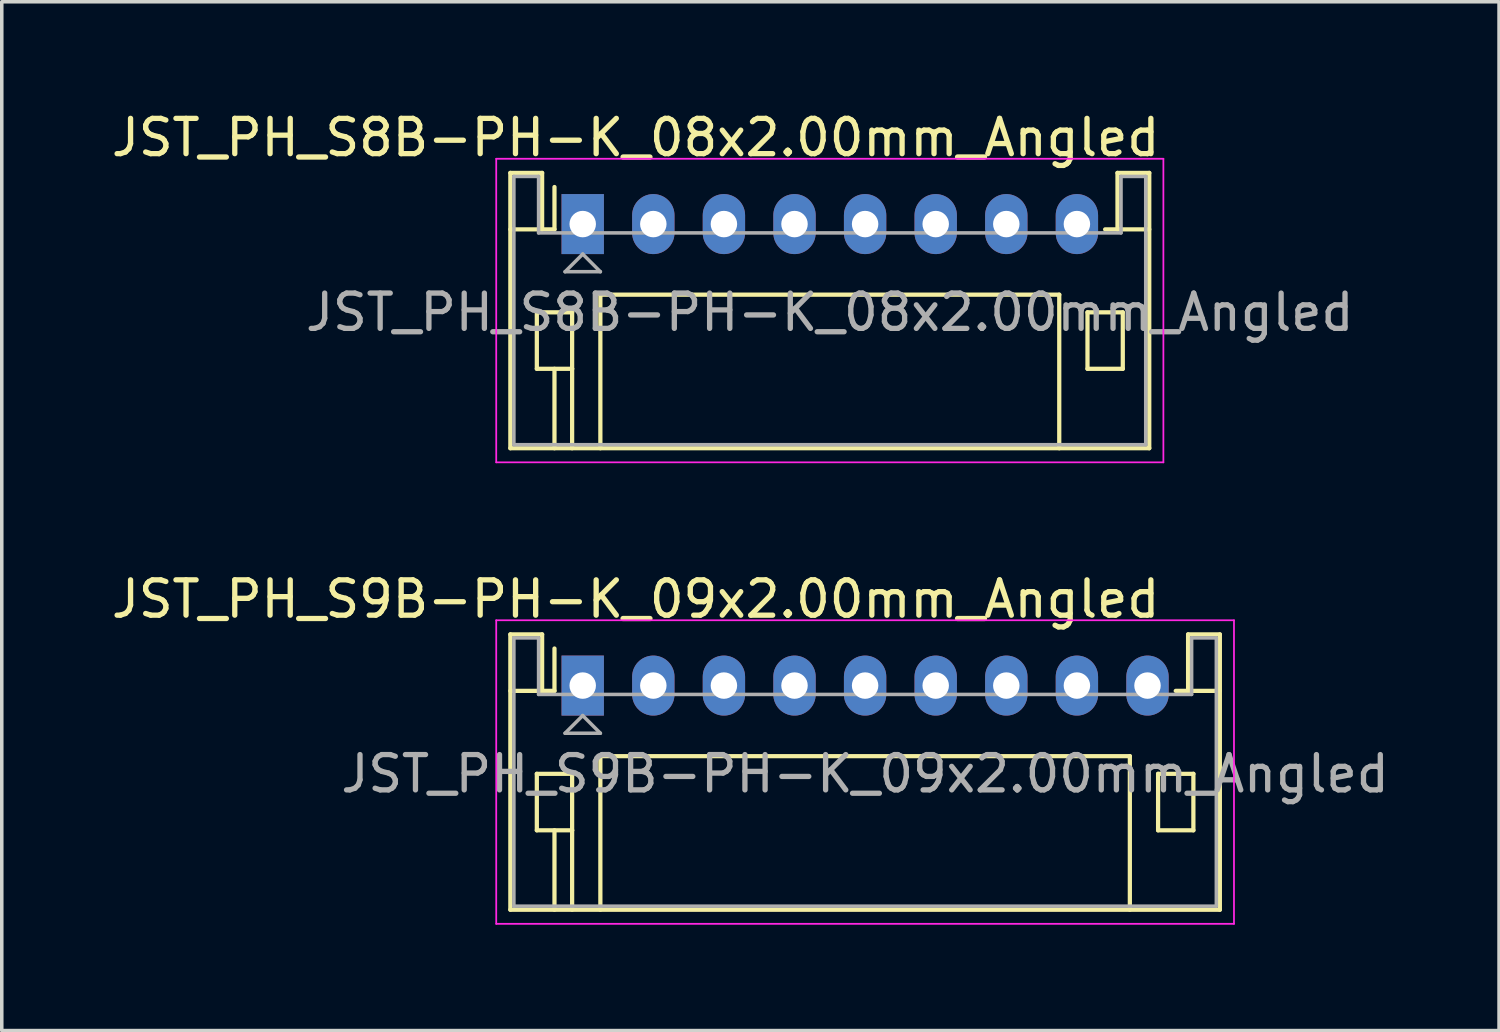
<source format=kicad_pcb>
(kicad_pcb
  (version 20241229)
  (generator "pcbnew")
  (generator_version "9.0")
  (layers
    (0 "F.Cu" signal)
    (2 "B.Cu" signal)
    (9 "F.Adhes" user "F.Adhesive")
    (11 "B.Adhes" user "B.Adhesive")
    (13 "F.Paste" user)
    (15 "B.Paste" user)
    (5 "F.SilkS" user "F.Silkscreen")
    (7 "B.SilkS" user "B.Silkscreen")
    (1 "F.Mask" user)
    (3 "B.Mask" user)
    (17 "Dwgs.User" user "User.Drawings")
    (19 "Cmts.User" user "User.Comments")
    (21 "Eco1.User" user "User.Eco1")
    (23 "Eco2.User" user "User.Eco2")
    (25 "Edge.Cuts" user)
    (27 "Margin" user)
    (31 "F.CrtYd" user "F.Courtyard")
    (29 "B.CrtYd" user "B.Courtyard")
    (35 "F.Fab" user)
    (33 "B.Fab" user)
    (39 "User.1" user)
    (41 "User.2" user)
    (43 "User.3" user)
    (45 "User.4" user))
  (footprint "JST_PH_S9B-PH-K_09x2.00mm_Angled"
    (layer "F.Cu")
    (at 13.458 16.372)
    (property "Reference" "JST_PH_S9B-PH-K_09x2.00mm_Angled" (at 1.5 -2.45 0) (layer "F.SilkS") (effects (font (size 1 1) (thickness 0.15))))
    (attr through_hole)
    (fp_line (start -2.05 -1.45) (end -2.05 6.35) (stroke (width 0.12) (type solid)) (layer "F.SilkS"))
    (fp_line (start -2.05 0.15) (end -1.15 0.15) (stroke (width 0.12) (type solid)) (layer "F.SilkS"))
    (fp_line (start -2.05 6.35) (end 18.05 6.35) (stroke (width 0.12) (type solid)) (layer "F.SilkS"))
    (fp_line (start -1.3 2.5) (end -1.3 4.1) (stroke (width 0.12) (type solid)) (layer "F.SilkS"))
    (fp_line (start -1.3 4.1) (end -0.3 4.1) (stroke (width 0.12) (type solid)) (layer "F.SilkS"))
    (fp_line (start -1.15 -1.45) (end -2.05 -1.45) (stroke (width 0.12) (type solid)) (layer "F.SilkS"))
    (fp_line (start -1.15 0.15) (end -1.15 -1.45) (stroke (width 0.12) (type solid)) (layer "F.SilkS"))
    (fp_line (start -0.8 0.15) (end -1.15 0.15) (stroke (width 0.12) (type solid)) (layer "F.SilkS"))
    (fp_line (start -0.8 0.15) (end -0.8 -1.05) (stroke (width 0.12) (type solid)) (layer "F.SilkS"))
    (fp_line (start -0.8 4.1) (end -0.8 6.35) (stroke (width 0.12) (type solid)) (layer "F.SilkS"))
    (fp_line (start -0.3 2.5) (end -1.3 2.5) (stroke (width 0.12) (type solid)) (layer "F.SilkS"))
    (fp_line (start -0.3 4.1) (end -0.3 2.5) (stroke (width 0.12) (type solid)) (layer "F.SilkS"))
    (fp_line (start -0.3 4.1) (end -0.3 6.35) (stroke (width 0.12) (type solid)) (layer "F.SilkS"))
    (fp_line (start 0.5 2) (end 15.5 2) (stroke (width 0.12) (type solid)) (layer "F.SilkS"))
    (fp_line (start 0.5 6.35) (end 0.5 2) (stroke (width 0.12) (type solid)) (layer "F.SilkS"))
    (fp_line (start 15.5 2) (end 15.5 6.35) (stroke (width 0.12) (type solid)) (layer "F.SilkS"))
    (fp_line (start 16.3 2.5) (end 17.3 2.5) (stroke (width 0.12) (type solid)) (layer "F.SilkS"))
    (fp_line (start 16.3 4.1) (end 16.3 2.5) (stroke (width 0.12) (type solid)) (layer "F.SilkS"))
    (fp_line (start 17.15 -1.45) (end 17.15 0.15) (stroke (width 0.12) (type solid)) (layer "F.SilkS"))
    (fp_line (start 17.15 0.15) (end 16.8 0.15) (stroke (width 0.12) (type solid)) (layer "F.SilkS"))
    (fp_line (start 17.3 2.5) (end 17.3 4.1) (stroke (width 0.12) (type solid)) (layer "F.SilkS"))
    (fp_line (start 17.3 4.1) (end 16.3 4.1) (stroke (width 0.12) (type solid)) (layer "F.SilkS"))
    (fp_line (start 18.05 -1.45) (end 17.15 -1.45) (stroke (width 0.12) (type solid)) (layer "F.SilkS"))
    (fp_line (start 18.05 0.15) (end 17.15 0.15) (stroke (width 0.12) (type solid)) (layer "F.SilkS"))
    (fp_line (start 18.05 6.35) (end 18.05 -1.45) (stroke (width 0.12) (type solid)) (layer "F.SilkS"))
    (fp_line (start -2.45 -1.85) (end -2.45 6.75) (stroke (width 0.05) (type solid)) (layer "F.CrtYd"))
    (fp_line (start -2.45 6.75) (end 18.45 6.75) (stroke (width 0.05) (type solid)) (layer "F.CrtYd"))
    (fp_line (start 18.45 -1.85) (end -2.45 -1.85) (stroke (width 0.05) (type solid)) (layer "F.CrtYd"))
    (fp_line (start 18.45 6.75) (end 18.45 -1.85) (stroke (width 0.05) (type solid)) (layer "F.CrtYd"))
    (fp_line (start -1.95 -1.35) (end -1.95 6.25) (stroke (width 0.1) (type solid)) (layer "F.Fab"))
    (fp_line (start -1.95 6.25) (end 17.95 6.25) (stroke (width 0.1) (type solid)) (layer "F.Fab"))
    (fp_line (start -1.25 -1.35) (end -1.95 -1.35) (stroke (width 0.1) (type solid)) (layer "F.Fab"))
    (fp_line (start -1.25 0.25) (end -1.25 -1.35) (stroke (width 0.1) (type solid)) (layer "F.Fab"))
    (fp_line (start -0.5 1.35) (end 0.5 1.35) (stroke (width 0.1) (type solid)) (layer "F.Fab"))
    (fp_line (start 0 0.85) (end -0.5 1.35) (stroke (width 0.1) (type solid)) (layer "F.Fab"))
    (fp_line (start 0.5 1.35) (end 0 0.85) (stroke (width 0.1) (type solid)) (layer "F.Fab"))
    (fp_line (start 17.25 -1.35) (end 17.25 0.25) (stroke (width 0.1) (type solid)) (layer "F.Fab"))
    (fp_line (start 17.25 0.25) (end -1.25 0.25) (stroke (width 0.1) (type solid)) (layer "F.Fab"))
    (fp_line (start 17.95 -1.35) (end 17.25 -1.35) (stroke (width 0.1) (type solid)) (layer "F.Fab"))
    (fp_line (start 17.95 6.25) (end 17.95 -1.35) (stroke (width 0.1) (type solid)) (layer "F.Fab"))
    (fp_text user "${REFERENCE}" (at 8 2.5 0) (layer "F.Fab") (effects (font (size 1 1) (thickness 0.15))))
    (pad "1" thru_hole rect (at 0 0) (size 1.2 1.7) (drill 0.75) (layers "*.Cu" "*.Mask"))
    (pad "2" thru_hole oval (at 2 0) (size 1.2 1.7) (drill 0.75) (layers "*.Cu" "*.Mask"))
    (pad "3" thru_hole oval (at 4 0) (size 1.2 1.7) (drill 0.75) (layers "*.Cu" "*.Mask"))
    (pad "4" thru_hole oval (at 6 0) (size 1.2 1.7) (drill 0.75) (layers "*.Cu" "*.Mask"))
    (pad "5" thru_hole oval (at 8 0) (size 1.2 1.7) (drill 0.75) (layers "*.Cu" "*.Mask"))
    (pad "6" thru_hole oval (at 10 0) (size 1.2 1.7) (drill 0.75) (layers "*.Cu" "*.Mask"))
    (pad "7" thru_hole oval (at 12 0) (size 1.2 1.7) (drill 0.75) (layers "*.Cu" "*.Mask"))
    (pad "8" thru_hole oval (at 14 0) (size 1.2 1.7) (drill 0.75) (layers "*.Cu" "*.Mask"))
    (pad "9" thru_hole oval (at 16 0) (size 1.2 1.7) (drill 0.75) (layers "*.Cu" "*.Mask")))
  (footprint "JST_PH_S8B-PH-K_08x2.00mm_Angled"
    (layer "F.Cu")
    (at 13.458 3.298)
    (property "Reference" "JST_PH_S8B-PH-K_08x2.00mm_Angled" (at 1.5 -2.45 0) (layer "F.SilkS") (effects (font (size 1 1) (thickness 0.15))))
    (attr through_hole)
    (fp_line (start -2.05 -1.45) (end -2.05 6.35) (stroke (width 0.12) (type solid)) (layer "F.SilkS"))
    (fp_line (start -2.05 0.15) (end -1.15 0.15) (stroke (width 0.12) (type solid)) (layer "F.SilkS"))
    (fp_line (start -2.05 6.35) (end 16.05 6.35) (stroke (width 0.12) (type solid)) (layer "F.SilkS"))
    (fp_line (start -1.3 2.5) (end -1.3 4.1) (stroke (width 0.12) (type solid)) (layer "F.SilkS"))
    (fp_line (start -1.3 4.1) (end -0.3 4.1) (stroke (width 0.12) (type solid)) (layer "F.SilkS"))
    (fp_line (start -1.15 -1.45) (end -2.05 -1.45) (stroke (width 0.12) (type solid)) (layer "F.SilkS"))
    (fp_line (start -1.15 0.15) (end -1.15 -1.45) (stroke (width 0.12) (type solid)) (layer "F.SilkS"))
    (fp_line (start -0.8 0.15) (end -1.15 0.15) (stroke (width 0.12) (type solid)) (layer "F.SilkS"))
    (fp_line (start -0.8 0.15) (end -0.8 -1.05) (stroke (width 0.12) (type solid)) (layer "F.SilkS"))
    (fp_line (start -0.8 4.1) (end -0.8 6.35) (stroke (width 0.12) (type solid)) (layer "F.SilkS"))
    (fp_line (start -0.3 2.5) (end -1.3 2.5) (stroke (width 0.12) (type solid)) (layer "F.SilkS"))
    (fp_line (start -0.3 4.1) (end -0.3 2.5) (stroke (width 0.12) (type solid)) (layer "F.SilkS"))
    (fp_line (start -0.3 4.1) (end -0.3 6.35) (stroke (width 0.12) (type solid)) (layer "F.SilkS"))
    (fp_line (start 0.5 2) (end 13.5 2) (stroke (width 0.12) (type solid)) (layer "F.SilkS"))
    (fp_line (start 0.5 6.35) (end 0.5 2) (stroke (width 0.12) (type solid)) (layer "F.SilkS"))
    (fp_line (start 13.5 2) (end 13.5 6.35) (stroke (width 0.12) (type solid)) (layer "F.SilkS"))
    (fp_line (start 14.3 2.5) (end 15.3 2.5) (stroke (width 0.12) (type solid)) (layer "F.SilkS"))
    (fp_line (start 14.3 4.1) (end 14.3 2.5) (stroke (width 0.12) (type solid)) (layer "F.SilkS"))
    (fp_line (start 15.15 -1.45) (end 15.15 0.15) (stroke (width 0.12) (type solid)) (layer "F.SilkS"))
    (fp_line (start 15.15 0.15) (end 14.8 0.15) (stroke (width 0.12) (type solid)) (layer "F.SilkS"))
    (fp_line (start 15.3 2.5) (end 15.3 4.1) (stroke (width 0.12) (type solid)) (layer "F.SilkS"))
    (fp_line (start 15.3 4.1) (end 14.3 4.1) (stroke (width 0.12) (type solid)) (layer "F.SilkS"))
    (fp_line (start 16.05 -1.45) (end 15.15 -1.45) (stroke (width 0.12) (type solid)) (layer "F.SilkS"))
    (fp_line (start 16.05 0.15) (end 15.15 0.15) (stroke (width 0.12) (type solid)) (layer "F.SilkS"))
    (fp_line (start 16.05 6.35) (end 16.05 -1.45) (stroke (width 0.12) (type solid)) (layer "F.SilkS"))
    (fp_line (start -2.45 -1.85) (end -2.45 6.75) (stroke (width 0.05) (type solid)) (layer "F.CrtYd"))
    (fp_line (start -2.45 6.75) (end 16.45 6.75) (stroke (width 0.05) (type solid)) (layer "F.CrtYd"))
    (fp_line (start 16.45 -1.85) (end -2.45 -1.85) (stroke (width 0.05) (type solid)) (layer "F.CrtYd"))
    (fp_line (start 16.45 6.75) (end 16.45 -1.85) (stroke (width 0.05) (type solid)) (layer "F.CrtYd"))
    (fp_line (start -1.95 -1.35) (end -1.95 6.25) (stroke (width 0.1) (type solid)) (layer "F.Fab"))
    (fp_line (start -1.95 6.25) (end 15.95 6.25) (stroke (width 0.1) (type solid)) (layer "F.Fab"))
    (fp_line (start -1.25 -1.35) (end -1.95 -1.35) (stroke (width 0.1) (type solid)) (layer "F.Fab"))
    (fp_line (start -1.25 0.25) (end -1.25 -1.35) (stroke (width 0.1) (type solid)) (layer "F.Fab"))
    (fp_line (start -0.5 1.35) (end 0.5 1.35) (stroke (width 0.1) (type solid)) (layer "F.Fab"))
    (fp_line (start 0 0.85) (end -0.5 1.35) (stroke (width 0.1) (type solid)) (layer "F.Fab"))
    (fp_line (start 0.5 1.35) (end 0 0.85) (stroke (width 0.1) (type solid)) (layer "F.Fab"))
    (fp_line (start 15.25 -1.35) (end 15.25 0.25) (stroke (width 0.1) (type solid)) (layer "F.Fab"))
    (fp_line (start 15.25 0.25) (end -1.25 0.25) (stroke (width 0.1) (type solid)) (layer "F.Fab"))
    (fp_line (start 15.95 -1.35) (end 15.25 -1.35) (stroke (width 0.1) (type solid)) (layer "F.Fab"))
    (fp_line (start 15.95 6.25) (end 15.95 -1.35) (stroke (width 0.1) (type solid)) (layer "F.Fab"))
    (fp_text user "${REFERENCE}" (at 7 2.5 0) (layer "F.Fab") (effects (font (size 1 1) (thickness 0.15))))
    (pad "1" thru_hole rect (at 0 0) (size 1.2 1.7) (drill 0.75) (layers "*.Cu" "*.Mask"))
    (pad "2" thru_hole oval (at 2 0) (size 1.2 1.7) (drill 0.75) (layers "*.Cu" "*.Mask"))
    (pad "3" thru_hole oval (at 4 0) (size 1.2 1.7) (drill 0.75) (layers "*.Cu" "*.Mask"))
    (pad "4" thru_hole oval (at 6 0) (size 1.2 1.7) (drill 0.75) (layers "*.Cu" "*.Mask"))
    (pad "5" thru_hole oval (at 8 0) (size 1.2 1.7) (drill 0.75) (layers "*.Cu" "*.Mask"))
    (pad "6" thru_hole oval (at 10 0) (size 1.2 1.7) (drill 0.75) (layers "*.Cu" "*.Mask"))
    (pad "7" thru_hole oval (at 12 0) (size 1.2 1.7) (drill 0.75) (layers "*.Cu" "*.Mask"))
    (pad "8" thru_hole oval (at 14 0) (size 1.2 1.7) (drill 0.75) (layers "*.Cu" "*.Mask")))
  (gr_rect
    (start -3 -3)
    (end 39.417 26.146)
    (stroke (width 0.1) (type default))
    (fill no)
    (layer "Edge.Cuts")))
</source>
